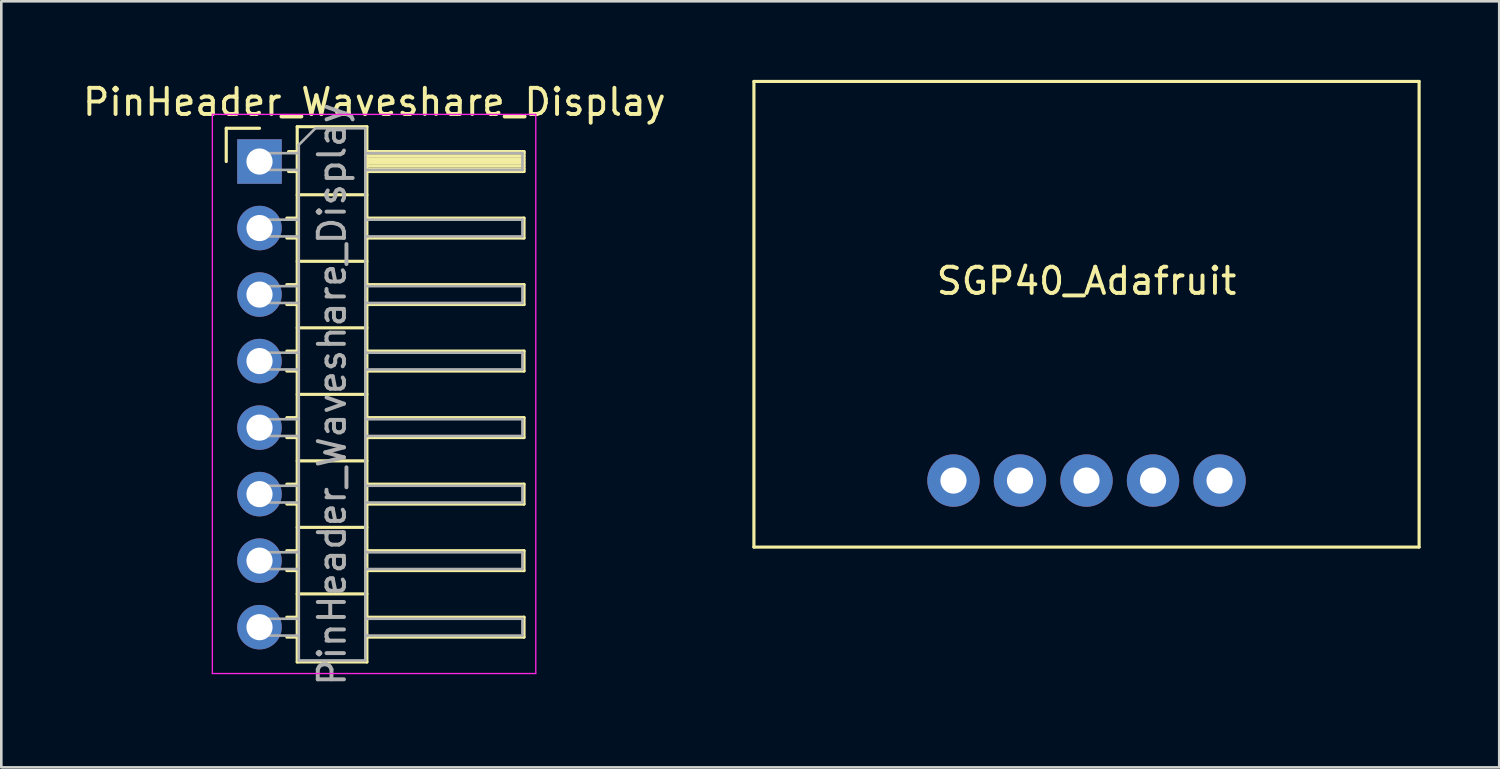
<source format=kicad_pcb>
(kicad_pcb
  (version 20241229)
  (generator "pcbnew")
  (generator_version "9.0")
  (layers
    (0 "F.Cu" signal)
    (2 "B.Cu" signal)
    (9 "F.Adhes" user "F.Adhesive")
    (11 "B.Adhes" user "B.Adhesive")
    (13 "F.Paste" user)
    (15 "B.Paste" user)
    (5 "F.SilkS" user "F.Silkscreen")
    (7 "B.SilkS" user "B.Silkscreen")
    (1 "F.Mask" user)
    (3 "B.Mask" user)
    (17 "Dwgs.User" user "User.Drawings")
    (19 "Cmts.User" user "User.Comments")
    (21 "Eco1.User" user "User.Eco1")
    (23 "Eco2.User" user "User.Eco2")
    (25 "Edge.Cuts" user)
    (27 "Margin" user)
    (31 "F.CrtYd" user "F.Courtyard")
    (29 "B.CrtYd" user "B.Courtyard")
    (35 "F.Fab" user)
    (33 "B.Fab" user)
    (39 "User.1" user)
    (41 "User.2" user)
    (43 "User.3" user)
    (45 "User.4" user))
  (footprint "PinHeader_Waveshare_Display"
    (layer "F.Cu")
    (at 6.859 3.118)
    (property "Reference" "PinHeader_Waveshare_Display" (at 4.385 -2.27 0) (layer "F.SilkS") (effects (font (size 1 1) (thickness 0.15))))
    (attr through_hole)
    (fp_line (start -1.27 -1.27) (end 0 -1.27) (stroke (width 0.12) (type solid)) (layer "F.SilkS"))
    (fp_line (start -1.27 0) (end -1.27 -1.27) (stroke (width 0.12) (type solid)) (layer "F.SilkS"))
    (fp_line (start 1.043 2.16) (end 1.44 2.16) (stroke (width 0.12) (type solid)) (layer "F.SilkS"))
    (fp_line (start 1.043 2.92) (end 1.44 2.92) (stroke (width 0.12) (type solid)) (layer "F.SilkS"))
    (fp_line (start 1.043 4.7) (end 1.44 4.7) (stroke (width 0.12) (type solid)) (layer "F.SilkS"))
    (fp_line (start 1.043 5.46) (end 1.44 5.46) (stroke (width 0.12) (type solid)) (layer "F.SilkS"))
    (fp_line (start 1.043 7.24) (end 1.44 7.24) (stroke (width 0.12) (type solid)) (layer "F.SilkS"))
    (fp_line (start 1.043 8) (end 1.44 8) (stroke (width 0.12) (type solid)) (layer "F.SilkS"))
    (fp_line (start 1.043 9.78) (end 1.44 9.78) (stroke (width 0.12) (type solid)) (layer "F.SilkS"))
    (fp_line (start 1.043 10.54) (end 1.44 10.54) (stroke (width 0.12) (type solid)) (layer "F.SilkS"))
    (fp_line (start 1.043 12.32) (end 1.44 12.32) (stroke (width 0.12) (type solid)) (layer "F.SilkS"))
    (fp_line (start 1.043 13.08) (end 1.44 13.08) (stroke (width 0.12) (type solid)) (layer "F.SilkS"))
    (fp_line (start 1.043 14.86) (end 1.44 14.86) (stroke (width 0.12) (type solid)) (layer "F.SilkS"))
    (fp_line (start 1.043 15.62) (end 1.44 15.62) (stroke (width 0.12) (type solid)) (layer "F.SilkS"))
    (fp_line (start 1.043 17.4) (end 1.44 17.4) (stroke (width 0.12) (type solid)) (layer "F.SilkS"))
    (fp_line (start 1.043 18.16) (end 1.44 18.16) (stroke (width 0.12) (type solid)) (layer "F.SilkS"))
    (fp_line (start 1.11 -0.38) (end 1.44 -0.38) (stroke (width 0.12) (type solid)) (layer "F.SilkS"))
    (fp_line (start 1.11 0.38) (end 1.44 0.38) (stroke (width 0.12) (type solid)) (layer "F.SilkS"))
    (fp_line (start 1.44 -1.33) (end 1.44 19.11) (stroke (width 0.12) (type solid)) (layer "F.SilkS"))
    (fp_line (start 1.44 1.27) (end 4.1 1.27) (stroke (width 0.12) (type solid)) (layer "F.SilkS"))
    (fp_line (start 1.44 3.81) (end 4.1 3.81) (stroke (width 0.12) (type solid)) (layer "F.SilkS"))
    (fp_line (start 1.44 6.35) (end 4.1 6.35) (stroke (width 0.12) (type solid)) (layer "F.SilkS"))
    (fp_line (start 1.44 8.89) (end 4.1 8.89) (stroke (width 0.12) (type solid)) (layer "F.SilkS"))
    (fp_line (start 1.44 11.43) (end 4.1 11.43) (stroke (width 0.12) (type solid)) (layer "F.SilkS"))
    (fp_line (start 1.44 13.97) (end 4.1 13.97) (stroke (width 0.12) (type solid)) (layer "F.SilkS"))
    (fp_line (start 1.44 16.51) (end 4.1 16.51) (stroke (width 0.12) (type solid)) (layer "F.SilkS"))
    (fp_line (start 1.44 19.11) (end 4.1 19.11) (stroke (width 0.12) (type solid)) (layer "F.SilkS"))
    (fp_line (start 4.1 -1.33) (end 1.44 -1.33) (stroke (width 0.12) (type solid)) (layer "F.SilkS"))
    (fp_line (start 4.1 -0.38) (end 10.1 -0.38) (stroke (width 0.12) (type solid)) (layer "F.SilkS"))
    (fp_line (start 4.1 -0.32) (end 10.1 -0.32) (stroke (width 0.12) (type solid)) (layer "F.SilkS"))
    (fp_line (start 4.1 -0.2) (end 10.1 -0.2) (stroke (width 0.12) (type solid)) (layer "F.SilkS"))
    (fp_line (start 4.1 -0.08) (end 10.1 -0.08) (stroke (width 0.12) (type solid)) (layer "F.SilkS"))
    (fp_line (start 4.1 0.04) (end 10.1 0.04) (stroke (width 0.12) (type solid)) (layer "F.SilkS"))
    (fp_line (start 4.1 0.16) (end 10.1 0.16) (stroke (width 0.12) (type solid)) (layer "F.SilkS"))
    (fp_line (start 4.1 0.28) (end 10.1 0.28) (stroke (width 0.12) (type solid)) (layer "F.SilkS"))
    (fp_line (start 4.1 2.16) (end 10.1 2.16) (stroke (width 0.12) (type solid)) (layer "F.SilkS"))
    (fp_line (start 4.1 4.7) (end 10.1 4.7) (stroke (width 0.12) (type solid)) (layer "F.SilkS"))
    (fp_line (start 4.1 7.24) (end 10.1 7.24) (stroke (width 0.12) (type solid)) (layer "F.SilkS"))
    (fp_line (start 4.1 9.78) (end 10.1 9.78) (stroke (width 0.12) (type solid)) (layer "F.SilkS"))
    (fp_line (start 4.1 12.32) (end 10.1 12.32) (stroke (width 0.12) (type solid)) (layer "F.SilkS"))
    (fp_line (start 4.1 14.86) (end 10.1 14.86) (stroke (width 0.12) (type solid)) (layer "F.SilkS"))
    (fp_line (start 4.1 17.4) (end 10.1 17.4) (stroke (width 0.12) (type solid)) (layer "F.SilkS"))
    (fp_line (start 4.1 19.11) (end 4.1 -1.33) (stroke (width 0.12) (type solid)) (layer "F.SilkS"))
    (fp_line (start 10.1 -0.38) (end 10.1 0.38) (stroke (width 0.12) (type solid)) (layer "F.SilkS"))
    (fp_line (start 10.1 0.38) (end 4.1 0.38) (stroke (width 0.12) (type solid)) (layer "F.SilkS"))
    (fp_line (start 10.1 2.16) (end 10.1 2.92) (stroke (width 0.12) (type solid)) (layer "F.SilkS"))
    (fp_line (start 10.1 2.92) (end 4.1 2.92) (stroke (width 0.12) (type solid)) (layer "F.SilkS"))
    (fp_line (start 10.1 4.7) (end 10.1 5.46) (stroke (width 0.12) (type solid)) (layer "F.SilkS"))
    (fp_line (start 10.1 5.46) (end 4.1 5.46) (stroke (width 0.12) (type solid)) (layer "F.SilkS"))
    (fp_line (start 10.1 7.24) (end 10.1 8) (stroke (width 0.12) (type solid)) (layer "F.SilkS"))
    (fp_line (start 10.1 8) (end 4.1 8) (stroke (width 0.12) (type solid)) (layer "F.SilkS"))
    (fp_line (start 10.1 9.78) (end 10.1 10.54) (stroke (width 0.12) (type solid)) (layer "F.SilkS"))
    (fp_line (start 10.1 10.54) (end 4.1 10.54) (stroke (width 0.12) (type solid)) (layer "F.SilkS"))
    (fp_line (start 10.1 12.32) (end 10.1 13.08) (stroke (width 0.12) (type solid)) (layer "F.SilkS"))
    (fp_line (start 10.1 13.08) (end 4.1 13.08) (stroke (width 0.12) (type solid)) (layer "F.SilkS"))
    (fp_line (start 10.1 14.86) (end 10.1 15.62) (stroke (width 0.12) (type solid)) (layer "F.SilkS"))
    (fp_line (start 10.1 15.62) (end 4.1 15.62) (stroke (width 0.12) (type solid)) (layer "F.SilkS"))
    (fp_line (start 10.1 17.4) (end 10.1 18.16) (stroke (width 0.12) (type solid)) (layer "F.SilkS"))
    (fp_line (start 10.1 18.16) (end 4.1 18.16) (stroke (width 0.12) (type solid)) (layer "F.SilkS"))
    (fp_line (start -1.8 -1.8) (end -1.8 19.55) (stroke (width 0.05) (type solid)) (layer "F.CrtYd"))
    (fp_line (start -1.8 19.55) (end 10.55 19.55) (stroke (width 0.05) (type solid)) (layer "F.CrtYd"))
    (fp_line (start 10.55 -1.8) (end -1.8 -1.8) (stroke (width 0.05) (type solid)) (layer "F.CrtYd"))
    (fp_line (start 10.55 19.55) (end 10.55 -1.8) (stroke (width 0.05) (type solid)) (layer "F.CrtYd"))
    (fp_line (start -0.32 -0.32) (end -0.32 0.32) (stroke (width 0.1) (type solid)) (layer "F.Fab"))
    (fp_line (start -0.32 -0.32) (end 1.5 -0.32) (stroke (width 0.1) (type solid)) (layer "F.Fab"))
    (fp_line (start -0.32 0.32) (end 1.5 0.32) (stroke (width 0.1) (type solid)) (layer "F.Fab"))
    (fp_line (start -0.32 2.22) (end -0.32 2.86) (stroke (width 0.1) (type solid)) (layer "F.Fab"))
    (fp_line (start -0.32 2.22) (end 1.5 2.22) (stroke (width 0.1) (type solid)) (layer "F.Fab"))
    (fp_line (start -0.32 2.86) (end 1.5 2.86) (stroke (width 0.1) (type solid)) (layer "F.Fab"))
    (fp_line (start -0.32 4.76) (end -0.32 5.4) (stroke (width 0.1) (type solid)) (layer "F.Fab"))
    (fp_line (start -0.32 4.76) (end 1.5 4.76) (stroke (width 0.1) (type solid)) (layer "F.Fab"))
    (fp_line (start -0.32 5.4) (end 1.5 5.4) (stroke (width 0.1) (type solid)) (layer "F.Fab"))
    (fp_line (start -0.32 7.3) (end -0.32 7.94) (stroke (width 0.1) (type solid)) (layer "F.Fab"))
    (fp_line (start -0.32 7.3) (end 1.5 7.3) (stroke (width 0.1) (type solid)) (layer "F.Fab"))
    (fp_line (start -0.32 7.94) (end 1.5 7.94) (stroke (width 0.1) (type solid)) (layer "F.Fab"))
    (fp_line (start -0.32 9.84) (end -0.32 10.48) (stroke (width 0.1) (type solid)) (layer "F.Fab"))
    (fp_line (start -0.32 9.84) (end 1.5 9.84) (stroke (width 0.1) (type solid)) (layer "F.Fab"))
    (fp_line (start -0.32 10.48) (end 1.5 10.48) (stroke (width 0.1) (type solid)) (layer "F.Fab"))
    (fp_line (start -0.32 12.38) (end -0.32 13.02) (stroke (width 0.1) (type solid)) (layer "F.Fab"))
    (fp_line (start -0.32 12.38) (end 1.5 12.38) (stroke (width 0.1) (type solid)) (layer "F.Fab"))
    (fp_line (start -0.32 13.02) (end 1.5 13.02) (stroke (width 0.1) (type solid)) (layer "F.Fab"))
    (fp_line (start -0.32 14.92) (end -0.32 15.56) (stroke (width 0.1) (type solid)) (layer "F.Fab"))
    (fp_line (start -0.32 14.92) (end 1.5 14.92) (stroke (width 0.1) (type solid)) (layer "F.Fab"))
    (fp_line (start -0.32 15.56) (end 1.5 15.56) (stroke (width 0.1) (type solid)) (layer "F.Fab"))
    (fp_line (start -0.32 17.46) (end -0.32 18.1) (stroke (width 0.1) (type solid)) (layer "F.Fab"))
    (fp_line (start -0.32 17.46) (end 1.5 17.46) (stroke (width 0.1) (type solid)) (layer "F.Fab"))
    (fp_line (start -0.32 18.1) (end 1.5 18.1) (stroke (width 0.1) (type solid)) (layer "F.Fab"))
    (fp_line (start 1.5 -0.635) (end 2.135 -1.27) (stroke (width 0.1) (type solid)) (layer "F.Fab"))
    (fp_line (start 1.5 19.05) (end 1.5 -0.635) (stroke (width 0.1) (type solid)) (layer "F.Fab"))
    (fp_line (start 2.135 -1.27) (end 4.04 -1.27) (stroke (width 0.1) (type solid)) (layer "F.Fab"))
    (fp_line (start 4.04 -1.27) (end 4.04 19.05) (stroke (width 0.1) (type solid)) (layer "F.Fab"))
    (fp_line (start 4.04 -0.32) (end 10.04 -0.32) (stroke (width 0.1) (type solid)) (layer "F.Fab"))
    (fp_line (start 4.04 0.32) (end 10.04 0.32) (stroke (width 0.1) (type solid)) (layer "F.Fab"))
    (fp_line (start 4.04 2.22) (end 10.04 2.22) (stroke (width 0.1) (type solid)) (layer "F.Fab"))
    (fp_line (start 4.04 2.86) (end 10.04 2.86) (stroke (width 0.1) (type solid)) (layer "F.Fab"))
    (fp_line (start 4.04 4.76) (end 10.04 4.76) (stroke (width 0.1) (type solid)) (layer "F.Fab"))
    (fp_line (start 4.04 5.4) (end 10.04 5.4) (stroke (width 0.1) (type solid)) (layer "F.Fab"))
    (fp_line (start 4.04 7.3) (end 10.04 7.3) (stroke (width 0.1) (type solid)) (layer "F.Fab"))
    (fp_line (start 4.04 7.94) (end 10.04 7.94) (stroke (width 0.1) (type solid)) (layer "F.Fab"))
    (fp_line (start 4.04 9.84) (end 10.04 9.84) (stroke (width 0.1) (type solid)) (layer "F.Fab"))
    (fp_line (start 4.04 10.48) (end 10.04 10.48) (stroke (width 0.1) (type solid)) (layer "F.Fab"))
    (fp_line (start 4.04 12.38) (end 10.04 12.38) (stroke (width 0.1) (type solid)) (layer "F.Fab"))
    (fp_line (start 4.04 13.02) (end 10.04 13.02) (stroke (width 0.1) (type solid)) (layer "F.Fab"))
    (fp_line (start 4.04 14.92) (end 10.04 14.92) (stroke (width 0.1) (type solid)) (layer "F.Fab"))
    (fp_line (start 4.04 15.56) (end 10.04 15.56) (stroke (width 0.1) (type solid)) (layer "F.Fab"))
    (fp_line (start 4.04 17.46) (end 10.04 17.46) (stroke (width 0.1) (type solid)) (layer "F.Fab"))
    (fp_line (start 4.04 18.1) (end 10.04 18.1) (stroke (width 0.1) (type solid)) (layer "F.Fab"))
    (fp_line (start 4.04 19.05) (end 1.5 19.05) (stroke (width 0.1) (type solid)) (layer "F.Fab"))
    (fp_line (start 10.04 -0.32) (end 10.04 0.32) (stroke (width 0.1) (type solid)) (layer "F.Fab"))
    (fp_line (start 10.04 2.22) (end 10.04 2.86) (stroke (width 0.1) (type solid)) (layer "F.Fab"))
    (fp_line (start 10.04 4.76) (end 10.04 5.4) (stroke (width 0.1) (type solid)) (layer "F.Fab"))
    (fp_line (start 10.04 7.3) (end 10.04 7.94) (stroke (width 0.1) (type solid)) (layer "F.Fab"))
    (fp_line (start 10.04 9.84) (end 10.04 10.48) (stroke (width 0.1) (type solid)) (layer "F.Fab"))
    (fp_line (start 10.04 12.38) (end 10.04 13.02) (stroke (width 0.1) (type solid)) (layer "F.Fab"))
    (fp_line (start 10.04 14.92) (end 10.04 15.56) (stroke (width 0.1) (type solid)) (layer "F.Fab"))
    (fp_line (start 10.04 17.46) (end 10.04 18.1) (stroke (width 0.1) (type solid)) (layer "F.Fab"))
    (fp_text user "${REFERENCE}" (at 2.77 8.89 90) (layer "F.Fab") (effects (font (size 1 1) (thickness 0.15))))
    (pad "1" thru_hole rect (at 0 0) (size 1.7 1.7) (drill 1) (layers "*.Cu" "*.Mask"))
    (pad "2" thru_hole oval (at 0 2.54) (size 1.7 1.7) (drill 1) (layers "*.Cu" "*.Mask"))
    (pad "3" thru_hole oval (at 0 5.08) (size 1.7 1.7) (drill 1) (layers "*.Cu" "*.Mask"))
    (pad "4" thru_hole oval (at 0 7.62) (size 1.7 1.7) (drill 1) (layers "*.Cu" "*.Mask"))
    (pad "5" thru_hole oval (at 0 10.16) (size 1.7 1.7) (drill 1) (layers "*.Cu" "*.Mask"))
    (pad "6" thru_hole oval (at 0 12.7) (size 1.7 1.7) (drill 1) (layers "*.Cu" "*.Mask"))
    (pad "7" thru_hole oval (at 0 15.24) (size 1.7 1.7) (drill 1) (layers "*.Cu" "*.Mask"))
    (pad "8" thru_hole oval (at 0 17.78) (size 1.7 1.7) (drill 1) (layers "*.Cu" "*.Mask")))
  (footprint "SGP40_Adafruit"
    (layer "F.Cu")
    (at 25.738 17.84)
    (property "Reference" "SGP40_Adafruit" (at 12.7 -10.16 0) (layer "F.SilkS") (effects (font (size 1 1) (thickness 0.15))))
    (attr through_hole)
    (fp_line (start 0 -17.78) (end 0 0) (stroke (width 0.12) (type solid)) (layer "F.SilkS"))
    (fp_line (start 0 0) (end 25.4 0) (stroke (width 0.12) (type solid)) (layer "F.SilkS"))
    (fp_line (start 25.4 -17.78) (end 0 -17.78) (stroke (width 0.12) (type solid)) (layer "F.SilkS"))
    (fp_line (start 25.4 0) (end 25.4 -17.78) (stroke (width 0.12) (type solid)) (layer "F.SilkS"))
    (pad "1" thru_hole circle (at 7.62 -2.54) (size 2 2) (drill 1) (layers "*.Cu" "*.Mask"))
    (pad "2" thru_hole circle (at 10.16 -2.54) (size 2 2) (drill 1) (layers "*.Cu" "*.Mask"))
    (pad "3" thru_hole circle (at 12.7 -2.54) (size 2 2) (drill 1) (layers "*.Cu" "*.Mask"))
    (pad "4" thru_hole circle (at 15.24 -2.54) (size 2 2) (drill 1) (layers "*.Cu" "*.Mask"))
    (pad "5" thru_hole circle (at 17.78 -2.54) (size 2 2) (drill 1) (layers "*.Cu" "*.Mask")))
  (gr_rect
    (start -3 -3)
    (end 54.198 26.252)
    (stroke (width 0.1) (type default))
    (fill no)
    (layer "Edge.Cuts")))
</source>
